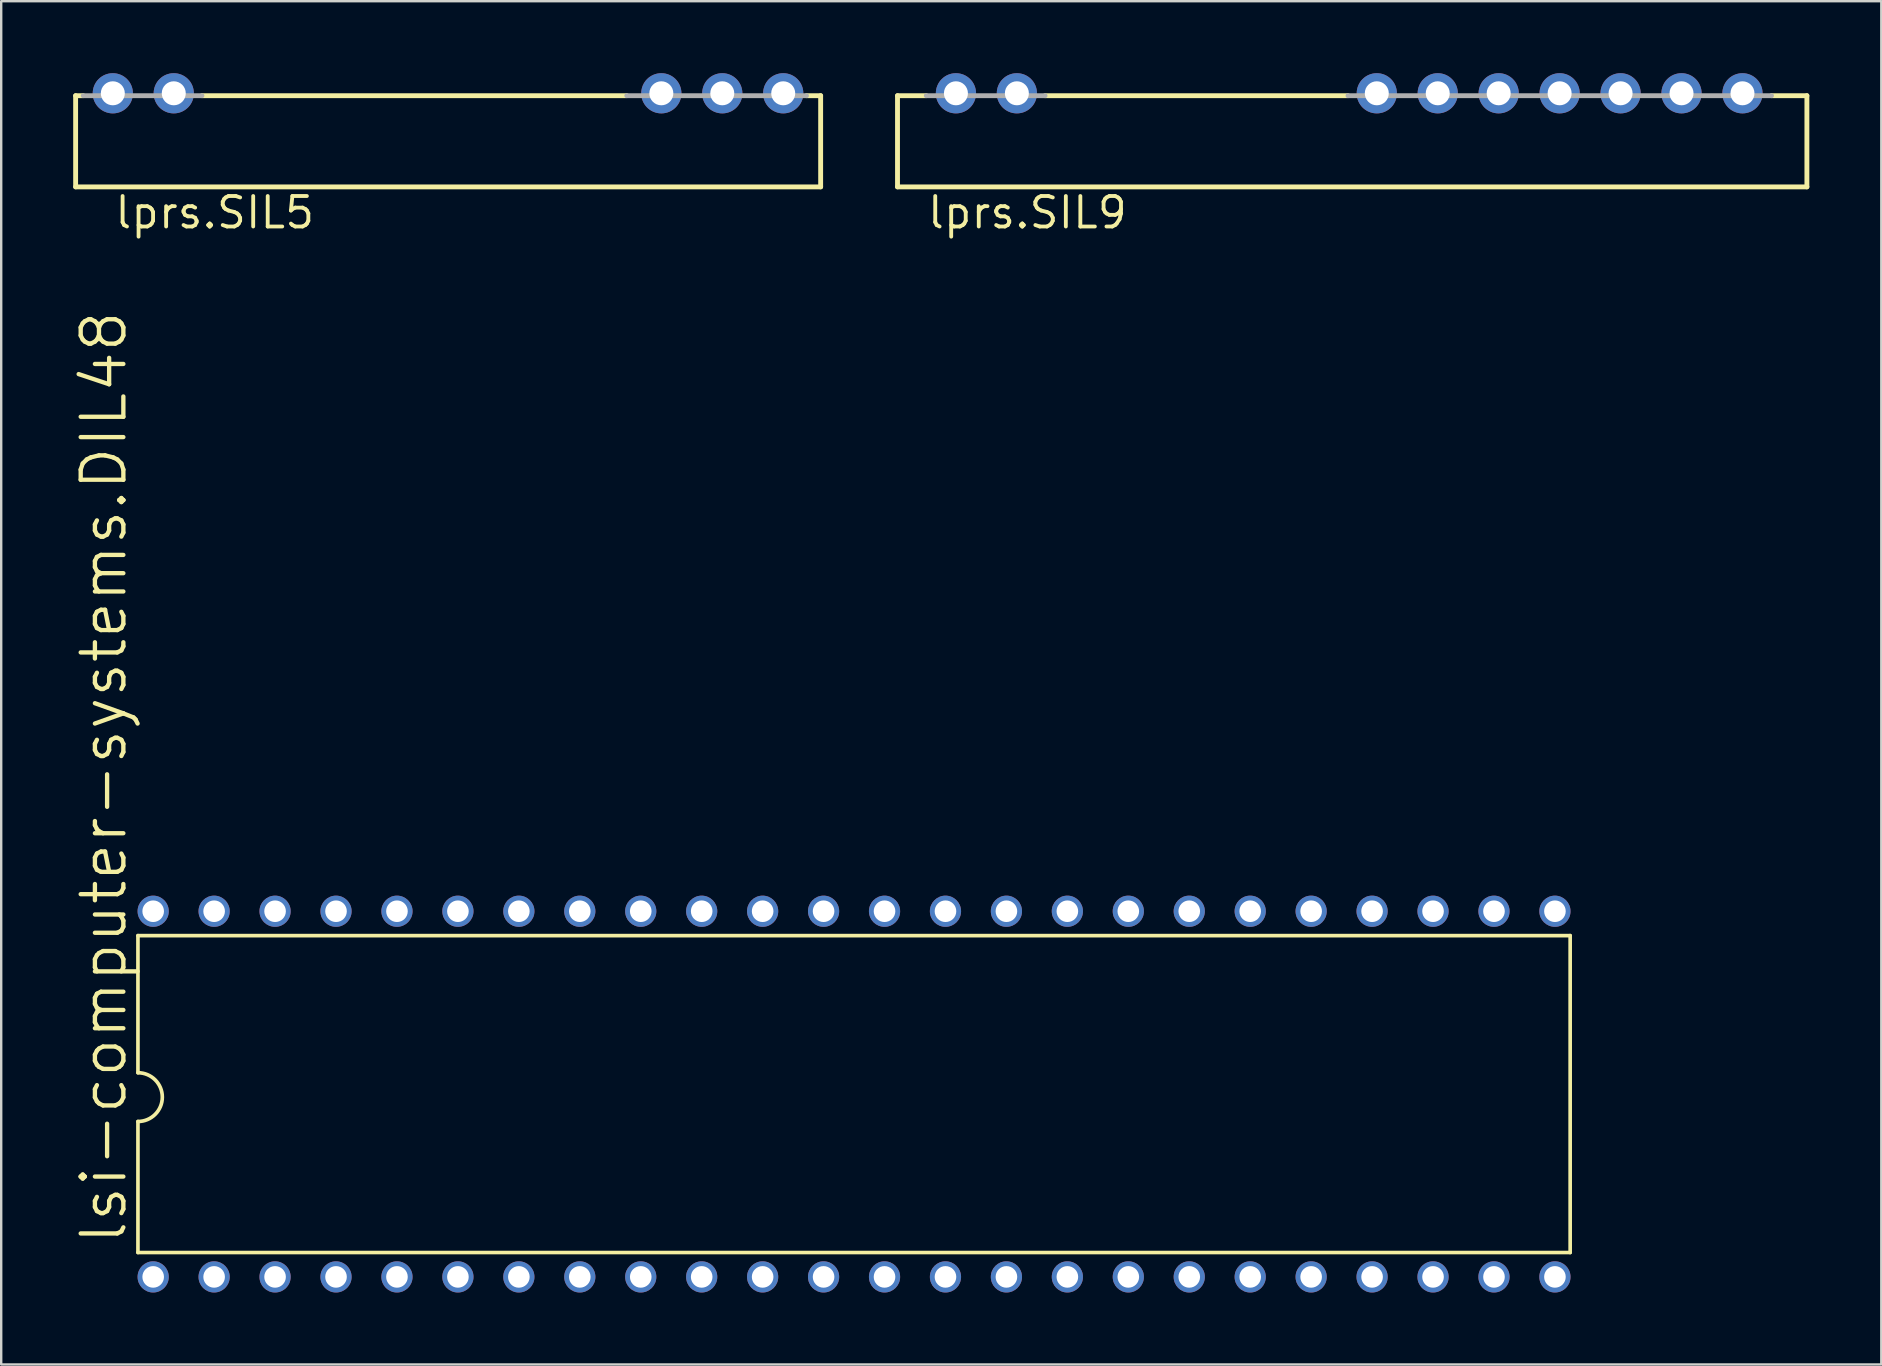
<source format=kicad_pcb>
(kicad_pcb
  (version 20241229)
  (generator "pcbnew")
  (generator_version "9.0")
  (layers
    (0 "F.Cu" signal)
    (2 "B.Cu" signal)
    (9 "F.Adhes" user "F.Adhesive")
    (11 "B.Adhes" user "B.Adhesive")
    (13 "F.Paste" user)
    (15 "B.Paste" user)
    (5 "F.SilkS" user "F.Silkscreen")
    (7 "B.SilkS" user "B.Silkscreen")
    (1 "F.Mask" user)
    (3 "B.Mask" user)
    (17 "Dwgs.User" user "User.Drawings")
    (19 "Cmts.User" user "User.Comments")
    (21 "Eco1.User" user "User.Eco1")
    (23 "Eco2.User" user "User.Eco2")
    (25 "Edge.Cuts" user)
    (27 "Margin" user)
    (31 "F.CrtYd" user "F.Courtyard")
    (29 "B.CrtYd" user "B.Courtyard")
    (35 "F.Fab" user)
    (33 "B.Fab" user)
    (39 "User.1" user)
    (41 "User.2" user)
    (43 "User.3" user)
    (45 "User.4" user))
  (footprint "lsi-computer-systems.DIL48"
    (layer "F.Cu")
    (at 32.544 42.547)
    (property "Reference" "lsi-computer-systems.DIL48" (at -30.226 6.35 90) (layer "F.SilkS") (effects (font (size 1.778 1.778) (thickness 0.18)) (justify left bottom)))
    (attr through_hole)
    (fp_line (start -29.845 -6.604) (end -29.845 -0.889) (stroke (width 0.152) (type default)) (layer "F.SilkS"))
    (fp_line (start -29.845 6.604) (end -29.845 1.143) (stroke (width 0.152) (type default)) (layer "F.SilkS"))
    (fp_line (start -29.845 6.604) (end 29.845 6.604) (stroke (width 0.152) (type default)) (layer "F.SilkS"))
    (fp_line (start 29.845 -6.604) (end -29.845 -6.604) (stroke (width 0.152) (type default)) (layer "F.SilkS"))
    (fp_line (start 29.845 6.604) (end 29.845 -6.604) (stroke (width 0.152) (type default)) (layer "F.SilkS"))
    (fp_arc (start -29.845 -0.889) (mid -28.829 0.127) (end -29.845 1.143) (stroke (width 0.1524) (type default)) (layer "F.SilkS"))
    (pad "1" thru_hole circle (at -29.21 7.62 90) (size 1.3 1.3) (drill 0.9) (layers "*.Cu" "*.Mask"))
    (pad "2" thru_hole circle (at -26.67 7.62 90) (size 1.3 1.3) (drill 0.9) (layers "*.Cu" "*.Mask"))
    (pad "3" thru_hole circle (at -24.13 7.62 90) (size 1.3 1.3) (drill 0.9) (layers "*.Cu" "*.Mask"))
    (pad "4" thru_hole circle (at -21.59 7.62 90) (size 1.3 1.3) (drill 0.9) (layers "*.Cu" "*.Mask"))
    (pad "5" thru_hole circle (at -19.05 7.62 90) (size 1.3 1.3) (drill 0.9) (layers "*.Cu" "*.Mask"))
    (pad "6" thru_hole circle (at -16.51 7.62 90) (size 1.3 1.3) (drill 0.9) (layers "*.Cu" "*.Mask"))
    (pad "7" thru_hole circle (at -13.97 7.62 90) (size 1.3 1.3) (drill 0.9) (layers "*.Cu" "*.Mask"))
    (pad "8" thru_hole circle (at -11.43 7.62 90) (size 1.3 1.3) (drill 0.9) (layers "*.Cu" "*.Mask"))
    (pad "9" thru_hole circle (at -8.89 7.62 90) (size 1.3 1.3) (drill 0.9) (layers "*.Cu" "*.Mask"))
    (pad "10" thru_hole circle (at -6.35 7.62 90) (size 1.3 1.3) (drill 0.9) (layers "*.Cu" "*.Mask"))
    (pad "11" thru_hole circle (at -3.81 7.62 90) (size 1.3 1.3) (drill 0.9) (layers "*.Cu" "*.Mask"))
    (pad "12" thru_hole circle (at -1.27 7.62 90) (size 1.3 1.3) (drill 0.9) (layers "*.Cu" "*.Mask"))
    (pad "13" thru_hole circle (at 1.27 7.62 90) (size 1.3 1.3) (drill 0.9) (layers "*.Cu" "*.Mask"))
    (pad "14" thru_hole circle (at 3.81 7.62 90) (size 1.3 1.3) (drill 0.9) (layers "*.Cu" "*.Mask"))
    (pad "15" thru_hole circle (at 6.35 7.62 90) (size 1.3 1.3) (drill 0.9) (layers "*.Cu" "*.Mask"))
    (pad "16" thru_hole circle (at 8.89 7.62 90) (size 1.3 1.3) (drill 0.9) (layers "*.Cu" "*.Mask"))
    (pad "17" thru_hole circle (at 11.43 7.62 90) (size 1.3 1.3) (drill 0.9) (layers "*.Cu" "*.Mask"))
    (pad "18" thru_hole circle (at 13.97 7.62 90) (size 1.3 1.3) (drill 0.9) (layers "*.Cu" "*.Mask"))
    (pad "19" thru_hole circle (at 16.51 7.62 90) (size 1.3 1.3) (drill 0.9) (layers "*.Cu" "*.Mask"))
    (pad "20" thru_hole circle (at 19.05 7.62 90) (size 1.3 1.3) (drill 0.9) (layers "*.Cu" "*.Mask"))
    (pad "21" thru_hole circle (at 21.59 7.62 90) (size 1.3 1.3) (drill 0.9) (layers "*.Cu" "*.Mask"))
    (pad "22" thru_hole circle (at 24.13 7.62 90) (size 1.3 1.3) (drill 0.9) (layers "*.Cu" "*.Mask"))
    (pad "23" thru_hole circle (at 26.67 7.62 90) (size 1.3 1.3) (drill 0.9) (layers "*.Cu" "*.Mask"))
    (pad "24" thru_hole circle (at 29.21 7.62 90) (size 1.3 1.3) (drill 0.9) (layers "*.Cu" "*.Mask"))
    (pad "25" thru_hole circle (at 29.21 -7.62 90) (size 1.3 1.3) (drill 0.9) (layers "*.Cu" "*.Mask"))
    (pad "26" thru_hole circle (at 26.67 -7.62 90) (size 1.3 1.3) (drill 0.9) (layers "*.Cu" "*.Mask"))
    (pad "27" thru_hole circle (at 24.13 -7.62 90) (size 1.3 1.3) (drill 0.9) (layers "*.Cu" "*.Mask"))
    (pad "28" thru_hole circle (at 21.59 -7.62 90) (size 1.3 1.3) (drill 0.9) (layers "*.Cu" "*.Mask"))
    (pad "29" thru_hole circle (at 19.05 -7.62 90) (size 1.3 1.3) (drill 0.9) (layers "*.Cu" "*.Mask"))
    (pad "30" thru_hole circle (at 16.51 -7.62 90) (size 1.3 1.3) (drill 0.9) (layers "*.Cu" "*.Mask"))
    (pad "31" thru_hole circle (at 13.97 -7.62 90) (size 1.3 1.3) (drill 0.9) (layers "*.Cu" "*.Mask"))
    (pad "32" thru_hole circle (at 11.43 -7.62 90) (size 1.3 1.3) (drill 0.9) (layers "*.Cu" "*.Mask"))
    (pad "33" thru_hole circle (at 8.89 -7.62 90) (size 1.3 1.3) (drill 0.9) (layers "*.Cu" "*.Mask"))
    (pad "34" thru_hole circle (at 6.35 -7.62 90) (size 1.3 1.3) (drill 0.9) (layers "*.Cu" "*.Mask"))
    (pad "35" thru_hole circle (at 3.81 -7.62 90) (size 1.3 1.3) (drill 0.9) (layers "*.Cu" "*.Mask"))
    (pad "36" thru_hole circle (at 1.27 -7.62 90) (size 1.3 1.3) (drill 0.9) (layers "*.Cu" "*.Mask"))
    (pad "37" thru_hole circle (at -1.27 -7.62 90) (size 1.3 1.3) (drill 0.9) (layers "*.Cu" "*.Mask"))
    (pad "38" thru_hole circle (at -3.81 -7.62 90) (size 1.3 1.3) (drill 0.9) (layers "*.Cu" "*.Mask"))
    (pad "39" thru_hole circle (at -6.35 -7.62 90) (size 1.3 1.3) (drill 0.9) (layers "*.Cu" "*.Mask"))
    (pad "40" thru_hole circle (at -8.89 -7.62 90) (size 1.3 1.3) (drill 0.9) (layers "*.Cu" "*.Mask"))
    (pad "41" thru_hole circle (at -11.43 -7.62 90) (size 1.3 1.3) (drill 0.9) (layers "*.Cu" "*.Mask"))
    (pad "42" thru_hole circle (at -13.97 -7.62 90) (size 1.3 1.3) (drill 0.9) (layers "*.Cu" "*.Mask"))
    (pad "43" thru_hole circle (at -16.51 -7.62 90) (size 1.3 1.3) (drill 0.9) (layers "*.Cu" "*.Mask"))
    (pad "44" thru_hole circle (at -19.05 -7.62 90) (size 1.3 1.3) (drill 0.9) (layers "*.Cu" "*.Mask"))
    (pad "45" thru_hole circle (at -21.59 -7.62 90) (size 1.3 1.3) (drill 0.9) (layers "*.Cu" "*.Mask"))
    (pad "46" thru_hole circle (at -24.13 -7.62 90) (size 1.3 1.3) (drill 0.9) (layers "*.Cu" "*.Mask"))
    (pad "47" thru_hole circle (at -26.67 -7.62 90) (size 1.3 1.3) (drill 0.9) (layers "*.Cu" "*.Mask"))
    (pad "48" thru_hole circle (at -29.21 -7.62 90) (size 1.3 1.3) (drill 0.9) (layers "*.Cu" "*.Mask")))
  (footprint "lprs.SIL5"
    (layer "F.Cu")
    (at 14.352 3.378)
    (property "Reference" "lprs.SIL5" (at -12.7 3.175 0) (layer "F.SilkS") (effects (font (size 1.27 1.27) (thickness 0.16)) (justify left bottom)))
    (attr through_hole)
    (fp_line (start -14.25 -2.44) (end -13.935 -2.44) (stroke (width 0.203) (type default)) (layer "F.SilkS"))
    (fp_line (start -14.25 1.36) (end -14.25 -2.44) (stroke (width 0.203) (type default)) (layer "F.SilkS"))
    (fp_line (start -14.25 1.36) (end 16.8 1.36) (stroke (width 0.203) (type default)) (layer "F.SilkS"))
    (fp_line (start -8.985 -2.44) (end 8.72 -2.44) (stroke (width 0.203) (type default)) (layer "F.SilkS"))
    (fp_line (start 16.21 -2.44) (end 16.8 -2.44) (stroke (width 0.203) (type default)) (layer "F.SilkS"))
    (fp_line (start 16.8 1.36) (end 16.8 -2.44) (stroke (width 0.203) (type default)) (layer "F.SilkS"))
    (fp_line (start -13.935 -2.44) (end -8.985 -2.44) (stroke (width 0.203) (type default)) (layer "F.Fab"))
    (fp_line (start 8.72 -2.44) (end 16.21 -2.44) (stroke (width 0.203) (type default)) (layer "F.Fab"))
    (pad "1" thru_hole circle (at -12.7 -2.54) (size 1.676 1.676) (drill 1) (layers "*.Cu" "*.Mask"))
    (pad "2" thru_hole circle (at -10.16 -2.54) (size 1.676 1.676) (drill 1) (layers "*.Cu" "*.Mask"))
    (pad "3" thru_hole circle (at 10.16 -2.54) (size 1.676 1.676) (drill 1) (layers "*.Cu" "*.Mask"))
    (pad "4" thru_hole circle (at 12.7 -2.54) (size 1.676 1.676) (drill 1) (layers "*.Cu" "*.Mask"))
    (pad "5" thru_hole circle (at 15.24 -2.54) (size 1.676 1.676) (drill 1) (layers "*.Cu" "*.Mask")))
  (footprint "lprs.SIL9"
    (layer "F.Cu")
    (at 53.3 3.378)
    (property "Reference" "lprs.SIL9" (at -17.78 3.175 0) (layer "F.SilkS") (effects (font (size 1.27 1.27) (thickness 0.16)) (justify left bottom)))
    (attr through_hole)
    (fp_line (start -18.945 -2.44) (end -17.745 -2.44) (stroke (width 0.203) (type default)) (layer "F.SilkS"))
    (fp_line (start -18.945 1.36) (end -18.945 -2.44) (stroke (width 0.203) (type default)) (layer "F.SilkS"))
    (fp_line (start -18.945 1.36) (end 18.955 1.36) (stroke (width 0.203) (type default)) (layer "F.SilkS"))
    (fp_line (start -12.795 -2.44) (end -0.17 -2.44) (stroke (width 0.203) (type default)) (layer "F.SilkS"))
    (fp_line (start 17.48 -2.44) (end 18.955 -2.44) (stroke (width 0.203) (type default)) (layer "F.SilkS"))
    (fp_line (start 18.955 1.36) (end 18.955 -2.44) (stroke (width 0.203) (type default)) (layer "F.SilkS"))
    (fp_line (start -17.745 -2.44) (end -12.795 -2.44) (stroke (width 0.203) (type default)) (layer "F.Fab"))
    (fp_line (start -0.17 -2.44) (end 17.48 -2.44) (stroke (width 0.203) (type default)) (layer "F.Fab"))
    (pad "1" thru_hole circle (at -16.51 -2.54) (size 1.676 1.676) (drill 1) (layers "*.Cu" "*.Mask"))
    (pad "2" thru_hole circle (at -13.97 -2.54) (size 1.676 1.676) (drill 1) (layers "*.Cu" "*.Mask"))
    (pad "3" thru_hole circle (at 1.03 -2.54) (size 1.676 1.676) (drill 1) (layers "*.Cu" "*.Mask"))
    (pad "4" thru_hole circle (at 3.57 -2.54) (size 1.676 1.676) (drill 1) (layers "*.Cu" "*.Mask"))
    (pad "5" thru_hole circle (at 6.11 -2.54) (size 1.676 1.676) (drill 1) (layers "*.Cu" "*.Mask"))
    (pad "6" thru_hole circle (at 8.65 -2.54) (size 1.676 1.676) (drill 1) (layers "*.Cu" "*.Mask"))
    (pad "7" thru_hole circle (at 11.19 -2.54) (size 1.676 1.676) (drill 1) (layers "*.Cu" "*.Mask"))
    (pad "8" thru_hole circle (at 13.73 -2.54) (size 1.676 1.676) (drill 1) (layers "*.Cu" "*.Mask"))
    (pad "9" thru_hole circle (at 16.27 -2.54) (size 1.676 1.676) (drill 1) (layers "*.Cu" "*.Mask")))
  (gr_rect
    (start -3 -3)
    (end 75.356 53.817)
    (stroke (width 0.1) (type default))
    (fill no)
    (layer "Edge.Cuts")))
</source>
